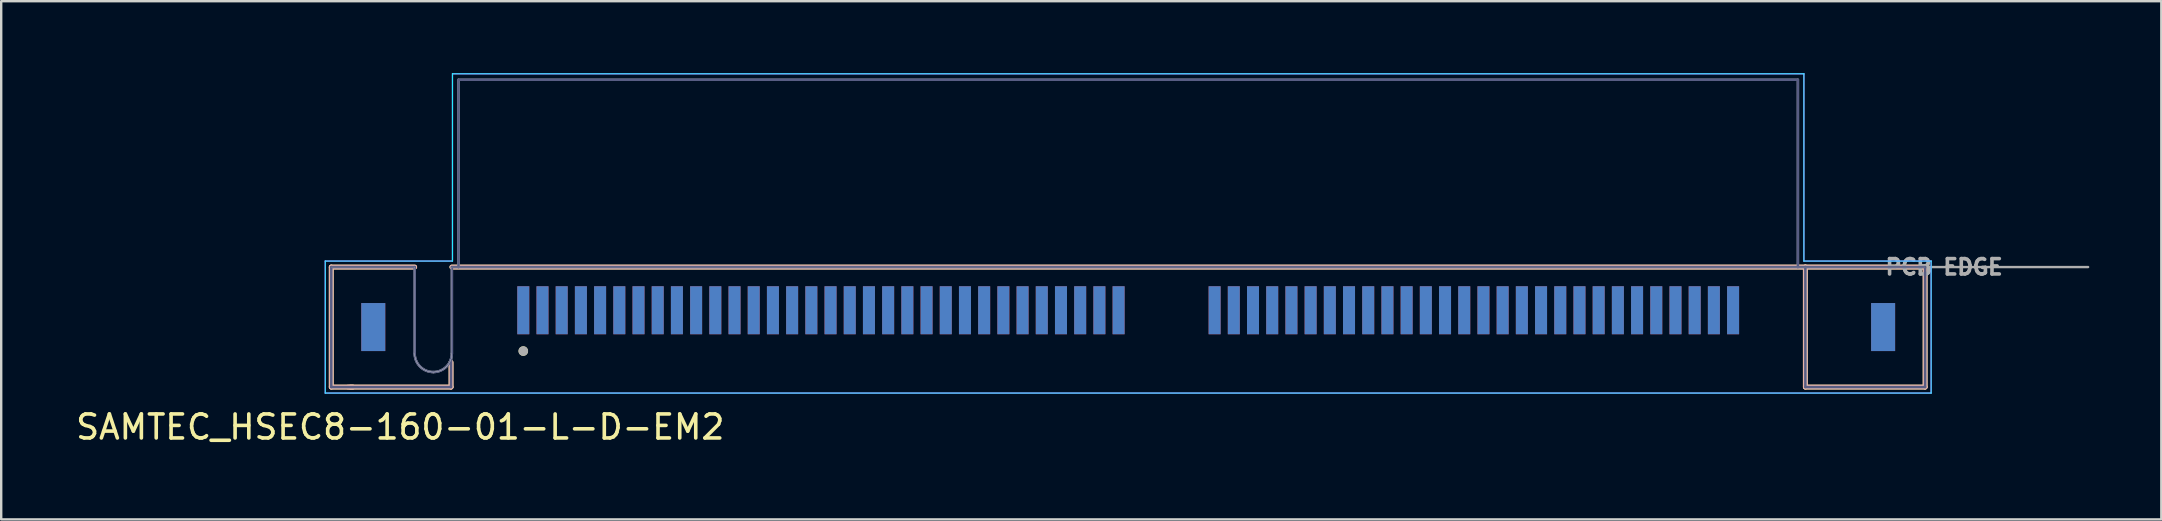
<source format=kicad_pcb>
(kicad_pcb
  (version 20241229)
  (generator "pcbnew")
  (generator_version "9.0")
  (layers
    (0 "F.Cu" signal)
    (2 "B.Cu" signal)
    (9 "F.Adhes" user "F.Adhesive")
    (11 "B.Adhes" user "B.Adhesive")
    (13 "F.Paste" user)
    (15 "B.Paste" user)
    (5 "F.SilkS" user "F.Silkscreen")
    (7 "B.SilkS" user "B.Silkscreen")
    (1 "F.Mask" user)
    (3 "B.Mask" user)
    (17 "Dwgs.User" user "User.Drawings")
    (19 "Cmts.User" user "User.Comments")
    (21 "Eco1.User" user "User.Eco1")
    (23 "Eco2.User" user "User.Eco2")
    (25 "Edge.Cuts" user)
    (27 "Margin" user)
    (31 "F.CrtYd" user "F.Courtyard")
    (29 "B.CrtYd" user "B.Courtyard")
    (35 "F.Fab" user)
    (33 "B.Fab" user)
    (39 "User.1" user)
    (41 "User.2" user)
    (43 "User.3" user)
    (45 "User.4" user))
  (footprint "SAMTEC_HSEC8-160-01-L-D-EM2"
    (layer "F.Cu")
    (at 43.95 9.875)
    (property "Reference" "SAMTEC_HSEC8-160-01-L-D-EM2" (at -30.325 4.865 0) (layer "F.SilkS") (effects (font (size 1 1) (thickness 0.15))))
    (attr smd)
    (fp_line (start -33.2 -1.8) (end -29.724 -1.8) (stroke (width 0.2) (type solid)) (layer "F.SilkS"))
    (fp_line (start -33.2 3.2) (end -33.2 -1.8) (stroke (width 0.2) (type solid)) (layer "F.SilkS"))
    (fp_line (start -32.3 3.2) (end -33.2 3.2) (stroke (width 0.2) (type solid)) (layer "F.SilkS"))
    (fp_line (start -28.21 3.2) (end -32.4 3.2) (stroke (width 0.2) (type solid)) (layer "F.SilkS"))
    (fp_line (start -28.21 3.2) (end -28.21 2.17) (stroke (width 0.2) (type solid)) (layer "F.SilkS"))
    (fp_line (start -28.175 -1.8) (end 28.21 -1.8) (stroke (width 0.2) (type solid)) (layer "F.SilkS"))
    (fp_line (start 28.21 -1.8) (end 33.2 -1.8) (stroke (width 0.2) (type solid)) (layer "F.SilkS"))
    (fp_line (start 28.21 3.2) (end 28.21 -1.8) (stroke (width 0.2) (type solid)) (layer "F.SilkS"))
    (fp_line (start 33.2 -1.8) (end 33.2 3.2) (stroke (width 0.2) (type solid)) (layer "F.SilkS"))
    (fp_line (start 33.2 3.2) (end 28.21 3.2) (stroke (width 0.2) (type solid)) (layer "F.SilkS"))
    (fp_circle (center -25.2 1.7) (end -25.1 1.7) (stroke (width 0.2) (type solid)) (fill no) (layer "F.SilkS"))
    (fp_line (start -33.2 -1.8) (end -29.724 -1.8) (stroke (width 0.2) (type solid)) (layer "B.SilkS"))
    (fp_line (start -33.2 3.2) (end -33.2 -1.8) (stroke (width 0.2) (type solid)) (layer "B.SilkS"))
    (fp_line (start -32.3 3.2) (end -33.2 3.2) (stroke (width 0.2) (type solid)) (layer "B.SilkS"))
    (fp_line (start -28.21 3.2) (end -32.5 3.2) (stroke (width 0.2) (type solid)) (layer "B.SilkS"))
    (fp_line (start -28.21 3.2) (end -28.21 2.17) (stroke (width 0.2) (type solid)) (layer "B.SilkS"))
    (fp_line (start -28.175 -1.8) (end 28.21 -1.8) (stroke (width 0.2) (type solid)) (layer "B.SilkS"))
    (fp_line (start 28.21 -1.8) (end 33.2 -1.8) (stroke (width 0.2) (type solid)) (layer "B.SilkS"))
    (fp_line (start 28.21 3.2) (end 28.21 -1.8) (stroke (width 0.2) (type solid)) (layer "B.SilkS"))
    (fp_line (start 33.2 -1.8) (end 33.2 3.2) (stroke (width 0.2) (type solid)) (layer "B.SilkS"))
    (fp_line (start 33.2 3.2) (end 28.21 3.2) (stroke (width 0.2) (type solid)) (layer "B.SilkS"))
    (fp_line (start -29.724 -1.8) (end -33.2 -1.8) (stroke (width 0.01) (type solid)) (layer "Edge.Cuts"))
    (fp_line (start -29.724 1.8) (end -29.724 -1.8) (stroke (width 0.01) (type solid)) (layer "Edge.Cuts"))
    (fp_line (start -28.175 -1.8) (end -28.175 1.8) (stroke (width 0.01) (type solid)) (layer "Edge.Cuts"))
    (fp_line (start 33.2 -1.8) (end -28.175 -1.8) (stroke (width 0.01) (type solid)) (layer "Edge.Cuts"))
    (fp_arc (start -28.95 2.575) (mid -29.497654 2.348154) (end -29.7245 1.8005) (stroke (width 0.01) (type solid)) (layer "Edge.Cuts"))
    (fp_arc (start -28.95 2.575) (mid -29.497654 2.348154) (end -29.7245 1.8005) (stroke (width 0.01) (type solid)) (layer "Edge.Cuts"))
    (fp_arc (start -28.1755 1.8005) (mid -28.402346 2.348154) (end -28.95 2.575) (stroke (width 0.01) (type solid)) (layer "Edge.Cuts"))
    (fp_arc (start -28.1755 1.8005) (mid -28.402346 2.348154) (end -28.95 2.575) (stroke (width 0.01) (type solid)) (layer "Edge.Cuts"))
    (fp_line (start -33.45 -2.05) (end -28.15 -2.05) (stroke (width 0.05) (type solid)) (layer "B.CrtYd"))
    (fp_line (start -33.45 3.45) (end -33.45 -2.05) (stroke (width 0.05) (type solid)) (layer "B.CrtYd"))
    (fp_line (start -33.45 3.45) (end 33.45 3.45) (stroke (width 0.05) (type solid)) (layer "B.CrtYd"))
    (fp_line (start -28.15 -9.85) (end 28.15 -9.85) (stroke (width 0.05) (type solid)) (layer "B.CrtYd"))
    (fp_line (start -28.15 -2.05) (end -28.15 -9.85) (stroke (width 0.05) (type solid)) (layer "B.CrtYd"))
    (fp_line (start 28.15 -9.85) (end 28.15 -2.05) (stroke (width 0.05) (type solid)) (layer "B.CrtYd"))
    (fp_line (start 28.15 -2.05) (end 33.45 -2.05) (stroke (width 0.05) (type solid)) (layer "B.CrtYd"))
    (fp_line (start 33.45 -2.05) (end 33.45 3.45) (stroke (width 0.05) (type solid)) (layer "B.CrtYd"))
    (fp_line (start -33.45 -2.05) (end -28.15 -2.05) (stroke (width 0.05) (type solid)) (layer "F.CrtYd"))
    (fp_line (start -33.45 3.45) (end -33.45 -2.05) (stroke (width 0.05) (type solid)) (layer "F.CrtYd"))
    (fp_line (start -33.45 3.45) (end 33.45 3.45) (stroke (width 0.05) (type solid)) (layer "F.CrtYd"))
    (fp_line (start -28.15 -9.85) (end 28.15 -9.85) (stroke (width 0.05) (type solid)) (layer "F.CrtYd"))
    (fp_line (start -28.15 -2.05) (end -28.15 -9.85) (stroke (width 0.05) (type solid)) (layer "F.CrtYd"))
    (fp_line (start 28.15 -9.85) (end 28.15 -2.05) (stroke (width 0.05) (type solid)) (layer "F.CrtYd"))
    (fp_line (start 28.15 -2.05) (end 33.45 -2.05) (stroke (width 0.05) (type solid)) (layer "F.CrtYd"))
    (fp_line (start 33.45 -2.05) (end 33.45 3.45) (stroke (width 0.05) (type solid)) (layer "F.CrtYd"))
    (fp_line (start -33.2 -1.8) (end -29.724 -1.8) (stroke (width 0.1) (type solid)) (layer "B.Fab"))
    (fp_line (start -33.2 3.2) (end -33.2 -1.8) (stroke (width 0.1) (type solid)) (layer "B.Fab"))
    (fp_line (start -29.724 -1.8) (end -29.724 1.8) (stroke (width 0.1) (type solid)) (layer "B.Fab"))
    (fp_line (start -28.21 3.2) (end -33.2 3.2) (stroke (width 0.1) (type solid)) (layer "B.Fab"))
    (fp_line (start -28.21 3.2) (end -28.21 2.03) (stroke (width 0.1) (type solid)) (layer "B.Fab"))
    (fp_line (start -28.175 -1.8) (end -27.9 -1.8) (stroke (width 0.1) (type solid)) (layer "B.Fab"))
    (fp_line (start -28.175 1.8) (end -28.175 -1.8) (stroke (width 0.1) (type solid)) (layer "B.Fab"))
    (fp_line (start -27.9 -9.6) (end 27.9 -9.6) (stroke (width 0.1) (type solid)) (layer "B.Fab"))
    (fp_line (start -27.9 -1.8) (end -27.9 -9.6) (stroke (width 0.1) (type solid)) (layer "B.Fab"))
    (fp_line (start -27.9 -1.8) (end 27.9 -1.8) (stroke (width 0.1) (type solid)) (layer "B.Fab"))
    (fp_line (start 27.9 -1.8) (end 27.9 -9.6) (stroke (width 0.1) (type solid)) (layer "B.Fab"))
    (fp_line (start 27.9 -1.8) (end 28.21 -1.8) (stroke (width 0.1) (type solid)) (layer "B.Fab"))
    (fp_line (start 28.21 -1.8) (end 33.2 -1.8) (stroke (width 0.1) (type solid)) (layer "B.Fab"))
    (fp_line (start 28.21 3.2) (end 28.21 -1.8) (stroke (width 0.1) (type solid)) (layer "B.Fab"))
    (fp_line (start 33.2 -1.8) (end 33.2 3.2) (stroke (width 0.1) (type solid)) (layer "B.Fab"))
    (fp_line (start 33.2 3.2) (end 28.21 3.2) (stroke (width 0.1) (type solid)) (layer "B.Fab"))
    (fp_arc (start -28.95 2.575) (mid -29.497654 2.348154) (end -29.7245 1.8005) (stroke (width 0.1) (type solid)) (layer "B.Fab"))
    (fp_arc (start -28.1755 1.8005) (mid -28.402346 2.348154) (end -28.95 2.575) (stroke (width 0.1) (type solid)) (layer "B.Fab"))
    (fp_line (start -33.2 -1.8) (end -29.724 -1.8) (stroke (width 0.1) (type solid)) (layer "F.Fab"))
    (fp_line (start -33.2 3.2) (end -33.2 -1.8) (stroke (width 0.1) (type solid)) (layer "F.Fab"))
    (fp_line (start -29.724 -1.8) (end -29.724 1.8) (stroke (width 0.1) (type solid)) (layer "F.Fab"))
    (fp_line (start -28.21 3.2) (end -33.2 3.2) (stroke (width 0.1) (type solid)) (layer "F.Fab"))
    (fp_line (start -28.21 3.2) (end -28.21 2.03) (stroke (width 0.1) (type solid)) (layer "F.Fab"))
    (fp_line (start -28.175 -1.8) (end -27.9 -1.8) (stroke (width 0.1) (type solid)) (layer "F.Fab"))
    (fp_line (start -28.175 1.8) (end -28.175 -1.8) (stroke (width 0.1) (type solid)) (layer "F.Fab"))
    (fp_line (start -27.9 -9.6) (end 27.9 -9.6) (stroke (width 0.1) (type solid)) (layer "F.Fab"))
    (fp_line (start -27.9 -1.8) (end -27.9 -9.6) (stroke (width 0.1) (type solid)) (layer "F.Fab"))
    (fp_line (start -27.9 -1.8) (end 27.9 -1.8) (stroke (width 0.1) (type solid)) (layer "F.Fab"))
    (fp_line (start 27.9 -1.8) (end 27.9 -9.6) (stroke (width 0.1) (type solid)) (layer "F.Fab"))
    (fp_line (start 27.9 -1.8) (end 28.21 -1.8) (stroke (width 0.1) (type solid)) (layer "F.Fab"))
    (fp_line (start 28.21 -1.8) (end 33.2 -1.8) (stroke (width 0.1) (type solid)) (layer "F.Fab"))
    (fp_line (start 28.21 3.2) (end 28.21 -1.8) (stroke (width 0.1) (type solid)) (layer "F.Fab"))
    (fp_line (start 33.2 -1.8) (end 33.2 3.2) (stroke (width 0.1) (type solid)) (layer "F.Fab"))
    (fp_line (start 33.2 -1.8) (end 39.99 -1.8) (stroke (width 0.1) (type solid)) (layer "F.Fab"))
    (fp_line (start 33.2 3.2) (end 28.21 3.2) (stroke (width 0.1) (type solid)) (layer "F.Fab"))
    (fp_arc (start -28.95 2.575) (mid -29.497654 2.348154) (end -29.7245 1.8005) (stroke (width 0.1) (type solid)) (layer "F.Fab"))
    (fp_arc (start -28.1755 1.8005) (mid -28.402346 2.348154) (end -28.95 2.575) (stroke (width 0.1) (type solid)) (layer "F.Fab"))
    (fp_circle (center -25.2 1.7) (end -25.1 1.7) (stroke (width 0.2) (type solid)) (fill no) (layer "F.Fab"))
    (fp_text user "PCB EDGE" (at 33.99 -1.8 0) (layer "F.Fab") (effects (font (size 0.64 0.64) (thickness 0.15))))
    (pad "1" smd rect (at -25.2 0) (size 0.5 2) (layers "F.Cu" "F.Mask" "F.Paste"))
    (pad "2" smd rect (at -25.2 0) (size 0.5 2) (layers "B.Cu" "B.Mask" "B.Paste"))
    (pad "3" smd rect (at -24.4 0) (size 0.5 2) (layers "F.Cu" "F.Mask" "F.Paste"))
    (pad "4" smd rect (at -24.4 0) (size 0.5 2) (layers "B.Cu" "B.Mask" "B.Paste"))
    (pad "5" smd rect (at -23.6 0) (size 0.5 2) (layers "F.Cu" "F.Mask" "F.Paste"))
    (pad "6" smd rect (at -23.6 0) (size 0.5 2) (layers "B.Cu" "B.Mask" "B.Paste"))
    (pad "7" smd rect (at -22.8 0) (size 0.5 2) (layers "F.Cu" "F.Mask" "F.Paste"))
    (pad "8" smd rect (at -22.8 0) (size 0.5 2) (layers "B.Cu" "B.Mask" "B.Paste"))
    (pad "9" smd rect (at -22 0) (size 0.5 2) (layers "F.Cu" "F.Mask" "F.Paste"))
    (pad "10" smd rect (at -22 0) (size 0.5 2) (layers "B.Cu" "B.Mask" "B.Paste"))
    (pad "11" smd rect (at -21.2 0) (size 0.5 2) (layers "F.Cu" "F.Mask" "F.Paste"))
    (pad "12" smd rect (at -21.2 0) (size 0.5 2) (layers "B.Cu" "B.Mask" "B.Paste"))
    (pad "13" smd rect (at -20.4 0) (size 0.5 2) (layers "F.Cu" "F.Mask" "F.Paste"))
    (pad "14" smd rect (at -20.4 0) (size 0.5 2) (layers "B.Cu" "B.Mask" "B.Paste"))
    (pad "15" smd rect (at -19.6 0) (size 0.5 2) (layers "F.Cu" "F.Mask" "F.Paste"))
    (pad "16" smd rect (at -19.6 0) (size 0.5 2) (layers "B.Cu" "B.Mask" "B.Paste"))
    (pad "17" smd rect (at -18.8 0) (size 0.5 2) (layers "F.Cu" "F.Mask" "F.Paste"))
    (pad "18" smd rect (at -18.8 0) (size 0.5 2) (layers "B.Cu" "B.Mask" "B.Paste"))
    (pad "19" smd rect (at -18 0) (size 0.5 2) (layers "F.Cu" "F.Mask" "F.Paste"))
    (pad "20" smd rect (at -18 0) (size 0.5 2) (layers "B.Cu" "B.Mask" "B.Paste"))
    (pad "21" smd rect (at -17.2 0) (size 0.5 2) (layers "F.Cu" "F.Mask" "F.Paste"))
    (pad "22" smd rect (at -17.2 0) (size 0.5 2) (layers "B.Cu" "B.Mask" "B.Paste"))
    (pad "23" smd rect (at -16.4 0) (size 0.5 2) (layers "F.Cu" "F.Mask" "F.Paste"))
    (pad "24" smd rect (at -16.4 0) (size 0.5 2) (layers "B.Cu" "B.Mask" "B.Paste"))
    (pad "25" smd rect (at -15.6 0) (size 0.5 2) (layers "F.Cu" "F.Mask" "F.Paste"))
    (pad "26" smd rect (at -15.6 0) (size 0.5 2) (layers "B.Cu" "B.Mask" "B.Paste"))
    (pad "27" smd rect (at -14.8 0) (size 0.5 2) (layers "F.Cu" "F.Mask" "F.Paste"))
    (pad "28" smd rect (at -14.8 0) (size 0.5 2) (layers "B.Cu" "B.Mask" "B.Paste"))
    (pad "29" smd rect (at -14 0) (size 0.5 2) (layers "F.Cu" "F.Mask" "F.Paste"))
    (pad "30" smd rect (at -14 0) (size 0.5 2) (layers "B.Cu" "B.Mask" "B.Paste"))
    (pad "31" smd rect (at -13.2 0) (size 0.5 2) (layers "F.Cu" "F.Mask" "F.Paste"))
    (pad "32" smd rect (at -13.2 0) (size 0.5 2) (layers "B.Cu" "B.Mask" "B.Paste"))
    (pad "33" smd rect (at -12.4 0) (size 0.5 2) (layers "F.Cu" "F.Mask" "F.Paste"))
    (pad "34" smd rect (at -12.4 0) (size 0.5 2) (layers "B.Cu" "B.Mask" "B.Paste"))
    (pad "35" smd rect (at -11.6 0) (size 0.5 2) (layers "F.Cu" "F.Mask" "F.Paste"))
    (pad "36" smd rect (at -11.6 0) (size 0.5 2) (layers "B.Cu" "B.Mask" "B.Paste"))
    (pad "37" smd rect (at -10.8 0) (size 0.5 2) (layers "F.Cu" "F.Mask" "F.Paste"))
    (pad "38" smd rect (at -10.8 0) (size 0.5 2) (layers "B.Cu" "B.Mask" "B.Paste"))
    (pad "39" smd rect (at -10 0) (size 0.5 2) (layers "F.Cu" "F.Mask" "F.Paste"))
    (pad "40" smd rect (at -10 0) (size 0.5 2) (layers "B.Cu" "B.Mask" "B.Paste"))
    (pad "41" smd rect (at -9.2 0) (size 0.5 2) (layers "F.Cu" "F.Mask" "F.Paste"))
    (pad "42" smd rect (at -9.2 0) (size 0.5 2) (layers "B.Cu" "B.Mask" "B.Paste"))
    (pad "43" smd rect (at -8.4 0) (size 0.5 2) (layers "F.Cu" "F.Mask" "F.Paste"))
    (pad "44" smd rect (at -8.4 0) (size 0.5 2) (layers "B.Cu" "B.Mask" "B.Paste"))
    (pad "45" smd rect (at -7.6 0) (size 0.5 2) (layers "F.Cu" "F.Mask" "F.Paste"))
    (pad "46" smd rect (at -7.6 0) (size 0.5 2) (layers "B.Cu" "B.Mask" "B.Paste"))
    (pad "47" smd rect (at -6.8 0) (size 0.5 2) (layers "F.Cu" "F.Mask" "F.Paste"))
    (pad "48" smd rect (at -6.8 0) (size 0.5 2) (layers "B.Cu" "B.Mask" "B.Paste"))
    (pad "49" smd rect (at -6 0) (size 0.5 2) (layers "F.Cu" "F.Mask" "F.Paste"))
    (pad "50" smd rect (at -6 0) (size 0.5 2) (layers "B.Cu" "B.Mask" "B.Paste"))
    (pad "51" smd rect (at -5.2 0) (size 0.5 2) (layers "F.Cu" "F.Mask" "F.Paste"))
    (pad "52" smd rect (at -5.2 0) (size 0.5 2) (layers "B.Cu" "B.Mask" "B.Paste"))
    (pad "53" smd rect (at -4.4 0) (size 0.5 2) (layers "F.Cu" "F.Mask" "F.Paste"))
    (pad "54" smd rect (at -4.4 0) (size 0.5 2) (layers "B.Cu" "B.Mask" "B.Paste"))
    (pad "55" smd rect (at -3.6 0) (size 0.5 2) (layers "F.Cu" "F.Mask" "F.Paste"))
    (pad "56" smd rect (at -3.6 0) (size 0.5 2) (layers "B.Cu" "B.Mask" "B.Paste"))
    (pad "57" smd rect (at -2.8 0) (size 0.5 2) (layers "F.Cu" "F.Mask" "F.Paste"))
    (pad "58" smd rect (at -2.8 0) (size 0.5 2) (layers "B.Cu" "B.Mask" "B.Paste"))
    (pad "59" smd rect (at -2 0) (size 0.5 2) (layers "F.Cu" "F.Mask" "F.Paste"))
    (pad "60" smd rect (at -2 0) (size 0.5 2) (layers "B.Cu" "B.Mask" "B.Paste"))
    (pad "61" smd rect (at -1.2 0) (size 0.5 2) (layers "F.Cu" "F.Mask" "F.Paste"))
    (pad "62" smd rect (at -1.2 0) (size 0.5 2) (layers "B.Cu" "B.Mask" "B.Paste"))
    (pad "63" smd rect (at -0.4 0) (size 0.5 2) (layers "F.Cu" "F.Mask" "F.Paste"))
    (pad "64" smd rect (at -0.4 0) (size 0.5 2) (layers "B.Cu" "B.Mask" "B.Paste"))
    (pad "65" smd rect (at 3.6 0) (size 0.5 2) (layers "F.Cu" "F.Mask" "F.Paste"))
    (pad "66" smd rect (at 3.6 0) (size 0.5 2) (layers "B.Cu" "B.Mask" "B.Paste"))
    (pad "67" smd rect (at 4.4 0) (size 0.5 2) (layers "F.Cu" "F.Mask" "F.Paste"))
    (pad "68" smd rect (at 4.4 0) (size 0.5 2) (layers "B.Cu" "B.Mask" "B.Paste"))
    (pad "69" smd rect (at 5.2 0) (size 0.5 2) (layers "F.Cu" "F.Mask" "F.Paste"))
    (pad "70" smd rect (at 5.2 0) (size 0.5 2) (layers "B.Cu" "B.Mask" "B.Paste"))
    (pad "71" smd rect (at 6 0) (size 0.5 2) (layers "F.Cu" "F.Mask" "F.Paste"))
    (pad "72" smd rect (at 6 0) (size 0.5 2) (layers "B.Cu" "B.Mask" "B.Paste"))
    (pad "73" smd rect (at 6.8 0) (size 0.5 2) (layers "F.Cu" "F.Mask" "F.Paste"))
    (pad "74" smd rect (at 6.8 0) (size 0.5 2) (layers "B.Cu" "B.Mask" "B.Paste"))
    (pad "75" smd rect (at 7.6 0) (size 0.5 2) (layers "F.Cu" "F.Mask" "F.Paste"))
    (pad "76" smd rect (at 7.6 0) (size 0.5 2) (layers "B.Cu" "B.Mask" "B.Paste"))
    (pad "77" smd rect (at 8.4 0) (size 0.5 2) (layers "F.Cu" "F.Mask" "F.Paste"))
    (pad "78" smd rect (at 8.4 0) (size 0.5 2) (layers "B.Cu" "B.Mask" "B.Paste"))
    (pad "79" smd rect (at 9.2 0) (size 0.5 2) (layers "F.Cu" "F.Mask" "F.Paste"))
    (pad "80" smd rect (at 9.2 0) (size 0.5 2) (layers "B.Cu" "B.Mask" "B.Paste"))
    (pad "81" smd rect (at 10 0) (size 0.5 2) (layers "F.Cu" "F.Mask" "F.Paste"))
    (pad "82" smd rect (at 10 0) (size 0.5 2) (layers "B.Cu" "B.Mask" "B.Paste"))
    (pad "83" smd rect (at 10.8 0) (size 0.5 2) (layers "F.Cu" "F.Mask" "F.Paste"))
    (pad "84" smd rect (at 10.8 0) (size 0.5 2) (layers "B.Cu" "B.Mask" "B.Paste"))
    (pad "85" smd rect (at 11.6 0) (size 0.5 2) (layers "F.Cu" "F.Mask" "F.Paste"))
    (pad "86" smd rect (at 11.6 0) (size 0.5 2) (layers "B.Cu" "B.Mask" "B.Paste"))
    (pad "87" smd rect (at 12.4 0) (size 0.5 2) (layers "F.Cu" "F.Mask" "F.Paste"))
    (pad "88" smd rect (at 12.4 0) (size 0.5 2) (layers "B.Cu" "B.Mask" "B.Paste"))
    (pad "89" smd rect (at 13.2 0) (size 0.5 2) (layers "F.Cu" "F.Mask" "F.Paste"))
    (pad "90" smd rect (at 13.2 0) (size 0.5 2) (layers "B.Cu" "B.Mask" "B.Paste"))
    (pad "91" smd rect (at 14 0) (size 0.5 2) (layers "F.Cu" "F.Mask" "F.Paste"))
    (pad "92" smd rect (at 14 0) (size 0.5 2) (layers "B.Cu" "B.Mask" "B.Paste"))
    (pad "93" smd rect (at 14.8 0) (size 0.5 2) (layers "F.Cu" "F.Mask" "F.Paste"))
    (pad "94" smd rect (at 14.8 0) (size 0.5 2) (layers "B.Cu" "B.Mask" "B.Paste"))
    (pad "95" smd rect (at 15.6 0) (size 0.5 2) (layers "F.Cu" "F.Mask" "F.Paste"))
    (pad "96" smd rect (at 15.6 0) (size 0.5 2) (layers "B.Cu" "B.Mask" "B.Paste"))
    (pad "97" smd rect (at 16.4 0) (size 0.5 2) (layers "F.Cu" "F.Mask" "F.Paste"))
    (pad "98" smd rect (at 16.4 0) (size 0.5 2) (layers "B.Cu" "B.Mask" "B.Paste"))
    (pad "99" smd rect (at 17.2 0) (size 0.5 2) (layers "F.Cu" "F.Mask" "F.Paste"))
    (pad "100" smd rect (at 17.2 0) (size 0.5 2) (layers "B.Cu" "B.Mask" "B.Paste"))
    (pad "101" smd rect (at 18 0) (size 0.5 2) (layers "F.Cu" "F.Mask" "F.Paste"))
    (pad "102" smd rect (at 18 0) (size 0.5 2) (layers "B.Cu" "B.Mask" "B.Paste"))
    (pad "103" smd rect (at 18.8 0) (size 0.5 2) (layers "F.Cu" "F.Mask" "F.Paste"))
    (pad "104" smd rect (at 18.8 0) (size 0.5 2) (layers "B.Cu" "B.Mask" "B.Paste"))
    (pad "105" smd rect (at 19.6 0) (size 0.5 2) (layers "F.Cu" "F.Mask" "F.Paste"))
    (pad "106" smd rect (at 19.6 0) (size 0.5 2) (layers "B.Cu" "B.Mask" "B.Paste"))
    (pad "107" smd rect (at 20.4 0) (size 0.5 2) (layers "F.Cu" "F.Mask" "F.Paste"))
    (pad "108" smd rect (at 20.4 0) (size 0.5 2) (layers "B.Cu" "B.Mask" "B.Paste"))
    (pad "109" smd rect (at 21.2 0) (size 0.5 2) (layers "F.Cu" "F.Mask" "F.Paste"))
    (pad "110" smd rect (at 21.2 0) (size 0.5 2) (layers "B.Cu" "B.Mask" "B.Paste"))
    (pad "111" smd rect (at 22 0) (size 0.5 2) (layers "F.Cu" "F.Mask" "F.Paste"))
    (pad "112" smd rect (at 22 0) (size 0.5 2) (layers "B.Cu" "B.Mask" "B.Paste"))
    (pad "113" smd rect (at 22.8 0) (size 0.5 2) (layers "F.Cu" "F.Mask" "F.Paste"))
    (pad "114" smd rect (at 22.8 0) (size 0.5 2) (layers "B.Cu" "B.Mask" "B.Paste"))
    (pad "115" smd rect (at 23.6 0) (size 0.5 2) (layers "F.Cu" "F.Mask" "F.Paste"))
    (pad "116" smd rect (at 23.6 0) (size 0.5 2) (layers "B.Cu" "B.Mask" "B.Paste"))
    (pad "117" smd rect (at 24.4 0) (size 0.5 2) (layers "F.Cu" "F.Mask" "F.Paste"))
    (pad "118" smd rect (at 24.4 0) (size 0.5 2) (layers "B.Cu" "B.Mask" "B.Paste"))
    (pad "119" smd rect (at 25.2 0) (size 0.5 2) (layers "F.Cu" "F.Mask" "F.Paste"))
    (pad "120" smd rect (at 25.2 0) (size 0.5 2) (layers "B.Cu" "B.Mask" "B.Paste"))
    (pad "S1" smd rect (at -31.45 0.7) (size 1 2) (layers "F.Cu" "F.Mask" "F.Paste"))
    (pad "S2" smd rect (at -31.45 0.7) (size 1 2) (layers "B.Cu" "B.Mask" "B.Paste"))
    (pad "S3" smd rect (at 31.45 0.7) (size 1 2) (layers "F.Cu" "F.Mask" "F.Paste"))
    (pad "S4" smd rect (at 31.45 0.7) (size 1 2) (layers "B.Cu" "B.Mask" "B.Paste")))
  (gr_rect
    (start -3 -3)
    (end 86.99 18.588)
    (stroke (width 0.1) (type default))
    (fill no)
    (layer "Edge.Cuts")))
</source>
